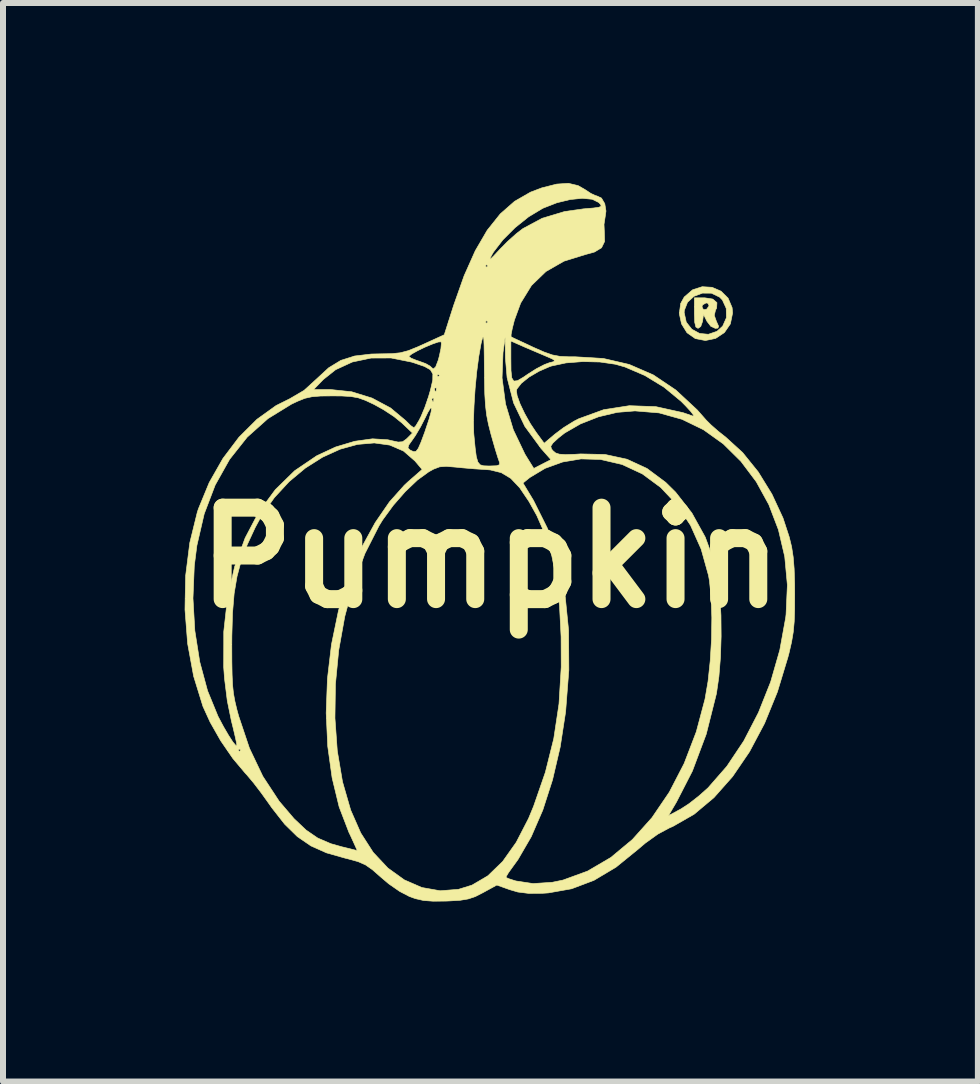
<source format=kicad_pcb>
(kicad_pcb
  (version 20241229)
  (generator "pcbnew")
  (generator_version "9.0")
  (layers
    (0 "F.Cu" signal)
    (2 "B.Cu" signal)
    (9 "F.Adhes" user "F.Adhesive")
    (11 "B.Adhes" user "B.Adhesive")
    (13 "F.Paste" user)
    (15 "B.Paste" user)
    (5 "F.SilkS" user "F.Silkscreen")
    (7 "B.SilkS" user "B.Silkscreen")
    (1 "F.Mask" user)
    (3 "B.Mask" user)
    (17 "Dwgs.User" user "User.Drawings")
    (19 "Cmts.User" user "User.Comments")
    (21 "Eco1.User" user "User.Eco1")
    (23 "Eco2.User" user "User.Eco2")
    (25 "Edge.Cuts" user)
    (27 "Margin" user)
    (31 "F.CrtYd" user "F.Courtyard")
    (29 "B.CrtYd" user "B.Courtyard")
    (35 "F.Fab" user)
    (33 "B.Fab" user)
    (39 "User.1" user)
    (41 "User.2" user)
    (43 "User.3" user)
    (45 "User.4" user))
  (footprint "Pumpkin"
    (layer "F.Cu")
    (at 5.124 6.245)
    (property "Reference" "Pumpkin" (at 0 0 0) (layer "F.SilkS") (effects (font (size 1.524 1.524) (thickness 0.3))))
    (attr through_hole)
    (fp_poly (pts (xy 3.705 -4.311) (xy 3.774 -4.251) (xy 3.769 -4.161) (xy 3.75 -4.125) (xy 3.73 -4.039) (xy 3.765 -3.94) (xy 3.802 -3.858) (xy 3.791 -3.827) (xy 3.746 -3.823) (xy 3.671 -3.858) (xy 3.608 -3.94) (xy 3.55 -4.056) (xy 3.535 -3.94) (xy 3.504 -3.853) (xy 3.459 -3.823) (xy 3.423 -3.845) (xy 3.404 -3.922) (xy 3.398 -4.068) (xy 3.398 -4.078) (xy 3.398 -4.18) (xy 3.525 -4.18) (xy 3.55 -4.134) (xy 3.601 -4.141) (xy 3.643 -4.197) (xy 3.625 -4.24) (xy 3.593 -4.247) (xy 3.534 -4.213) (xy 3.525 -4.18) (xy 3.398 -4.18) (xy 3.398 -4.332) (xy 3.569 -4.332) (xy 3.705 -4.311)) (stroke (width 0.01) (type solid)) (fill yes) (layer "F.SilkS"))
    (fp_poly (pts (xy 3.693 -4.507) (xy 3.843 -4.442) (xy 3.96 -4.326) (xy 4.027 -4.168) (xy 4.035 -4.078) (xy 3.998 -3.897) (xy 3.898 -3.752) (xy 3.753 -3.656) (xy 3.582 -3.62) (xy 3.414 -3.652) (xy 3.275 -3.75) (xy 3.184 -3.897) (xy 3.147 -4.068) (xy 3.149 -4.085) (xy 3.228 -4.085) (xy 3.263 -3.926) (xy 3.356 -3.808) (xy 3.485 -3.738) (xy 3.631 -3.724) (xy 3.774 -3.773) (xy 3.87 -3.86) (xy 3.932 -4) (xy 3.929 -4.156) (xy 3.865 -4.296) (xy 3.819 -4.343) (xy 3.682 -4.409) (xy 3.532 -4.41) (xy 3.392 -4.357) (xy 3.284 -4.258) (xy 3.231 -4.123) (xy 3.228 -4.085) (xy 3.149 -4.085) (xy 3.17 -4.238) (xy 3.229 -4.345) (xy 3.368 -4.465) (xy 3.529 -4.517) (xy 3.693 -4.507)) (stroke (width 0.01) (type solid)) (fill yes) (layer "F.SilkS"))
    (fp_poly (pts (xy 1.46 -6.202) (xy 1.572 -6.138) (xy 1.674 -6.071) (xy 1.754 -6.034) (xy 1.77 -6.031) (xy 1.85 -5.994) (xy 1.905 -5.9) (xy 1.925 -5.778) (xy 1.914 -5.699) (xy 1.892 -5.555) (xy 1.898 -5.421) (xy 1.902 -5.271) (xy 1.851 -5.166) (xy 1.734 -5.095) (xy 1.582 -5.053) (xy 1.224 -4.942) (xy 0.924 -4.77) (xy 0.684 -4.538) (xy 0.503 -4.244) (xy 0.399 -3.961) (xy 0.364 -3.823) (xy 0.344 -3.723) (xy 0.343 -3.683) (xy 0.387 -3.66) (xy 0.49 -3.612) (xy 0.634 -3.545) (xy 0.714 -3.507) (xy 0.894 -3.428) (xy 1.031 -3.38) (xy 1.158 -3.356) (xy 1.307 -3.349) (xy 1.412 -3.349) (xy 1.881 -3.321) (xy 2.313 -3.221) (xy 2.714 -3.047) (xy 3.089 -2.795) (xy 3.445 -2.464) (xy 3.595 -2.294) (xy 3.676 -2.213) (xy 3.797 -2.107) (xy 3.921 -2.009) (xy 4.202 -1.753) (xy 4.462 -1.431) (xy 4.69 -1.061) (xy 4.875 -0.662) (xy 4.979 -0.345) (xy 5.019 -0.181) (xy 5.045 -0.011) (xy 5.061 0.186) (xy 5.069 0.433) (xy 5.07 0.595) (xy 5.069 0.859) (xy 5.062 1.065) (xy 5.046 1.238) (xy 5.018 1.404) (xy 4.975 1.591) (xy 4.956 1.662) (xy 4.782 2.235) (xy 4.568 2.76) (xy 4.317 3.233) (xy 4.035 3.647) (xy 3.725 3.997) (xy 3.392 4.276) (xy 3.039 4.478) (xy 2.983 4.502) (xy 2.791 4.605) (xy 2.579 4.757) (xy 2.458 4.86) (xy 2.091 5.158) (xy 1.725 5.376) (xy 1.352 5.517) (xy 0.964 5.586) (xy 0.871 5.592) (xy 0.638 5.594) (xy 0.455 5.571) (xy 0.319 5.531) (xy 0.106 5.455) (xy -0.126 5.582) (xy -0.253 5.647) (xy -0.37 5.686) (xy -0.506 5.709) (xy -0.69 5.72) (xy -0.742 5.722) (xy -0.956 5.724) (xy -1.116 5.712) (xy -1.252 5.681) (xy -1.35 5.646) (xy -1.513 5.561) (xy -1.696 5.434) (xy -1.829 5.321) (xy -1.969 5.198) (xy -2.084 5.118) (xy -2.208 5.064) (xy -2.375 5.018) (xy -2.424 5.006) (xy -2.734 4.918) (xy -2.993 4.802) (xy -3.219 4.647) (xy -3.43 4.44) (xy -3.644 4.167) (xy -3.7 4.087) (xy -3.822 3.917) (xy -3.949 3.751) (xy -4.06 3.619) (xy -4.088 3.589) (xy -4.294 3.344) (xy -4.388 3.207) (xy -4.205 3.207) (xy -4.184 3.228) (xy -4.163 3.207) (xy -4.184 3.186) (xy -4.205 3.207) (xy -4.388 3.207) (xy -4.496 3.05) (xy -4.672 2.74) (xy -4.792 2.477) (xy -4.947 1.975) (xy -5.047 1.431) (xy -5.091 0.865) (xy -5.088 0.676) (xy -4.958 0.676) (xy -4.927 1.216) (xy -4.845 1.736) (xy -4.715 2.217) (xy -4.541 2.642) (xy -4.539 2.646) (xy -4.45 2.814) (xy -4.364 2.961) (xy -4.292 3.072) (xy -4.242 3.131) (xy -4.226 3.135) (xy -4.231 3.091) (xy -4.254 2.983) (xy -4.29 2.83) (xy -4.318 2.718) (xy -4.386 2.385) (xy -4.432 2.015) (xy -4.446 1.826) (xy -4.445 1.444) (xy -4.311 1.444) (xy -4.31 1.73) (xy -4.306 1.95) (xy -4.298 2.121) (xy -4.283 2.263) (xy -4.259 2.394) (xy -4.226 2.532) (xy -4.196 2.641) (xy -4.017 3.174) (xy -3.794 3.642) (xy -3.522 4.057) (xy -3.274 4.348) (xy -3.072 4.539) (xy -2.878 4.672) (xy -2.659 4.766) (xy -2.474 4.818) (xy -2.342 4.85) (xy -2.251 4.873) (xy -2.221 4.881) (xy -2.234 4.848) (xy -2.276 4.755) (xy -2.337 4.622) (xy -2.359 4.577) (xy -2.522 4.152) (xy -2.639 3.669) (xy -2.712 3.143) (xy -2.734 2.673) (xy -2.592 2.673) (xy -2.553 3.219) (xy -2.466 3.734) (xy -2.33 4.205) (xy -2.162 4.587) (xy -1.954 4.911) (xy -1.709 5.172) (xy -1.435 5.369) (xy -1.143 5.496) (xy -0.839 5.55) (xy -0.533 5.526) (xy -0.308 5.456) (xy -0.091 5.329) (xy 0.26 5.329) (xy 0.308 5.35) (xy 0.404 5.381) (xy 0.425 5.387) (xy 0.71 5.43) (xy 1.029 5.409) (xy 1.208 5.372) (xy 1.619 5.222) (xy 2.006 4.995) (xy 2.365 4.696) (xy 2.691 4.332) (xy 2.98 3.907) (xy 3.228 3.428) (xy 3.43 2.901) (xy 3.575 2.357) (xy 3.626 2.06) (xy 3.662 1.72) (xy 3.684 1.358) (xy 3.689 1) (xy 3.678 0.669) (xy 3.65 0.388) (xy 3.634 0.296) (xy 3.511 -0.144) (xy 3.334 -0.54) (xy 3.107 -0.884) (xy 2.837 -1.171) (xy 2.531 -1.397) (xy 2.194 -1.554) (xy 1.833 -1.638) (xy 1.509 -1.647) (xy 1.204 -1.596) (xy 0.911 -1.49) (xy 0.662 -1.341) (xy 0.642 -1.326) (xy 0.542 -1.245) (xy 0.717 -0.955) (xy 0.946 -0.497) (xy 1.121 0.02) (xy 1.24 0.592) (xy 1.302 1.211) (xy 1.306 1.873) (xy 1.252 2.57) (xy 1.162 3.154) (xy 1.034 3.702) (xy 0.872 4.205) (xy 0.679 4.65) (xy 0.459 5.029) (xy 0.37 5.152) (xy 0.3 5.249) (xy 0.262 5.314) (xy 0.26 5.329) (xy -0.091 5.329) (xy -0.043 5.3) (xy 0.203 5.062) (xy 0.429 4.743) (xy 0.635 4.344) (xy 0.719 4.141) (xy 0.915 3.575) (xy 1.055 3.014) (xy 1.142 2.436) (xy 1.179 1.821) (xy 1.177 1.319) (xy 1.151 0.807) (xy 1.101 0.363) (xy 1.023 -0.027) (xy 0.915 -0.377) (xy 0.772 -0.703) (xy 0.641 -0.938) (xy 0.487 -1.166) (xy 0.338 -1.323) (xy 0.18 -1.418) (xy -0.002 -1.463) (xy -0.073 -1.469) (xy -0.262 -1.481) (xy -0.473 -1.499) (xy -0.581 -1.51) (xy -0.738 -1.523) (xy -0.847 -1.515) (xy -0.947 -1.477) (xy -1.027 -1.433) (xy -1.216 -1.296) (xy -1.42 -1.102) (xy -1.62 -0.873) (xy -1.798 -0.629) (xy -1.858 -0.531) (xy -2.092 -0.07) (xy -2.282 0.437) (xy -2.428 0.978) (xy -2.529 1.54) (xy -2.584 2.109) (xy -2.592 2.673) (xy -2.734 2.673) (xy -2.738 2.588) (xy -2.717 2.017) (xy -2.65 1.447) (xy -2.535 0.891) (xy -2.485 0.707) (xy -2.33 0.248) (xy -2.139 -0.187) (xy -1.921 -0.585) (xy -1.684 -0.93) (xy -1.436 -1.208) (xy -1.376 -1.264) (xy -1.139 -1.471) (xy -1.258 -1.612) (xy -1.449 -1.778) (xy -1.568 -1.83) (xy -1.375 -1.83) (xy -1.342 -1.797) (xy -1.328 -1.789) (xy -1.279 -1.767) (xy -1.24 -1.774) (xy -1.203 -1.822) (xy -1.158 -1.925) (xy -1.095 -2.094) (xy -1.088 -2.116) (xy -1.032 -2.283) (xy -0.283 -2.283) (xy -0.279 -2.081) (xy -0.276 -2.044) (xy -0.255 -1.828) (xy -0.236 -1.683) (xy -0.21 -1.595) (xy -0.172 -1.549) (xy -0.114 -1.532) (xy -0.029 -1.529) (xy -0.013 -1.529) (xy 0.103 -1.533) (xy 0.152 -1.551) (xy 0.151 -1.591) (xy 0.146 -1.603) (xy 0.121 -1.676) (xy 0.08 -1.808) (xy 0.032 -1.975) (xy 0.008 -2.06) (xy -0.034 -2.225) (xy -0.064 -2.377) (xy -0.083 -2.538) (xy -0.095 -2.73) (xy -0.1 -2.973) (xy -0.1 -2.998) (xy 0.193 -2.998) (xy 0.251 -2.563) (xy 0.38 -2.134) (xy 0.574 -1.727) (xy 0.623 -1.647) (xy 0.722 -1.488) (xy 0.865 -1.562) (xy 1.008 -1.635) (xy 0.839 -1.826) (xy 0.816 -1.858) (xy 1.005 -1.858) (xy 1.017 -1.813) (xy 1.043 -1.782) (xy 1.086 -1.746) (xy 1.148 -1.726) (xy 1.249 -1.719) (xy 1.407 -1.724) (xy 1.502 -1.73) (xy 1.909 -1.721) (xy 2.274 -1.642) (xy 2.608 -1.488) (xy 2.92 -1.256) (xy 3.086 -1.092) (xy 3.357 -0.745) (xy 3.579 -0.344) (xy 3.74 0.092) (xy 3.747 0.115) (xy 3.792 0.341) (xy 3.823 0.631) (xy 3.841 0.96) (xy 3.844 1.309) (xy 3.833 1.656) (xy 3.807 1.979) (xy 3.767 2.256) (xy 3.765 2.267) (xy 3.596 2.939) (xy 3.365 3.555) (xy 3.1 4.071) (xy 2.966 4.299) (xy 3.175 4.186) (xy 3.31 4.098) (xy 3.47 3.973) (xy 3.621 3.839) (xy 3.629 3.831) (xy 3.939 3.476) (xy 4.221 3.054) (xy 4.466 2.58) (xy 4.669 2.07) (xy 4.822 1.537) (xy 4.92 0.998) (xy 4.926 0.945) (xy 4.948 0.455) (xy 4.904 -0.018) (xy 4.799 -0.466) (xy 4.639 -0.885) (xy 4.429 -1.267) (xy 4.174 -1.606) (xy 3.88 -1.897) (xy 3.55 -2.133) (xy 3.192 -2.307) (xy 2.809 -2.414) (xy 2.408 -2.447) (xy 2.113 -2.423) (xy 1.801 -2.349) (xy 1.499 -2.23) (xy 1.237 -2.079) (xy 1.133 -1.997) (xy 1.041 -1.912) (xy 1.005 -1.858) (xy 0.816 -1.858) (xy 0.573 -2.189) (xy 0.385 -2.581) (xy 0.332 -2.788) (xy 0.432 -2.788) (xy 0.444 -2.701) (xy 0.493 -2.565) (xy 0.57 -2.403) (xy 0.665 -2.234) (xy 0.761 -2.09) (xy 0.895 -1.908) (xy 1.073 -2.059) (xy 1.22 -2.169) (xy 1.393 -2.276) (xy 1.471 -2.316) (xy 1.886 -2.467) (xy 2.315 -2.534) (xy 2.756 -2.518) (xy 3.208 -2.418) (xy 3.377 -2.36) (xy 3.386 -2.373) (xy 3.342 -2.433) (xy 3.253 -2.53) (xy 3.178 -2.606) (xy 2.894 -2.841) (xy 2.573 -3.037) (xy 2.242 -3.179) (xy 2.081 -3.225) (xy 1.824 -3.262) (xy 1.538 -3.269) (xy 1.258 -3.247) (xy 1.02 -3.196) (xy 0.988 -3.186) (xy 0.807 -3.107) (xy 0.642 -3.01) (xy 0.514 -2.907) (xy 0.441 -2.813) (xy 0.432 -2.788) (xy 0.332 -2.788) (xy 0.277 -3.002) (xy 0.25 -3.317) (xy 0.34 -3.317) (xy 0.342 -3.119) (xy 0.355 -2.997) (xy 0.389 -2.944) (xy 0.451 -2.951) (xy 0.551 -3.01) (xy 0.622 -3.059) (xy 0.764 -3.149) (xy 0.899 -3.219) (xy 0.985 -3.251) (xy 1.054 -3.268) (xy 1.071 -3.286) (xy 1.027 -3.315) (xy 0.914 -3.364) (xy 0.886 -3.376) (xy 0.726 -3.444) (xy 0.569 -3.511) (xy 0.499 -3.542) (xy 0.34 -3.612) (xy 0.34 -3.317) (xy 0.25 -3.317) (xy 0.249 -3.328) (xy 0.244 -3.674) (xy 0.209 -3.419) (xy 0.193 -2.998) (xy -0.1 -2.998) (xy -0.102 -3.117) (xy -0.104 -3.366) (xy -0.107 -3.538) (xy -0.111 -3.64) (xy -0.119 -3.681) (xy -0.131 -3.668) (xy -0.147 -3.609) (xy -0.158 -3.563) (xy -0.195 -3.355) (xy -0.229 -3.098) (xy -0.256 -2.817) (xy -0.274 -2.537) (xy -0.283 -2.283) (xy -1.032 -2.283) (xy -1.026 -2.3) (xy -0.99 -2.428) (xy -0.981 -2.495) (xy -0.999 -2.496) (xy -1.043 -2.424) (xy -1.086 -2.336) (xy -1.165 -2.182) (xy -1.251 -2.036) (xy -1.299 -1.967) (xy -1.362 -1.878) (xy -1.375 -1.83) (xy -1.568 -1.83) (xy -1.678 -1.877) (xy -1.936 -1.913) (xy -2.215 -1.889) (xy -2.505 -1.809) (xy -2.798 -1.676) (xy -3.084 -1.495) (xy -3.355 -1.269) (xy -3.602 -1.002) (xy -3.816 -0.697) (xy -3.921 -0.504) (xy -4.053 -0.219) (xy -4.153 0.046) (xy -4.224 0.312) (xy -4.272 0.597) (xy -4.299 0.922) (xy -4.31 1.304) (xy -4.311 1.444) (xy -4.445 1.444) (xy -4.445 1.233) (xy -4.383 0.673) (xy -4.264 0.15) (xy -4.089 -0.329) (xy -3.863 -0.759) (xy -3.586 -1.134) (xy -3.263 -1.45) (xy -2.896 -1.699) (xy -2.582 -1.845) (xy -2.262 -1.941) (xy -1.966 -1.982) (xy -1.71 -1.966) (xy -1.659 -1.954) (xy -1.539 -1.928) (xy -1.465 -1.933) (xy -1.404 -1.976) (xy -1.387 -1.992) (xy -1.3 -2.079) (xy -1.476 -2.246) (xy -1.608 -2.353) (xy -1.78 -2.466) (xy -1.94 -2.555) (xy -2.085 -2.623) (xy -2.203 -2.665) (xy -2.325 -2.687) (xy -2.479 -2.696) (xy -2.634 -2.697) (xy -2.833 -2.695) (xy -2.976 -2.683) (xy -3.093 -2.657) (xy -3.212 -2.609) (xy -3.314 -2.561) (xy -3.708 -2.319) (xy -4.054 -2.01) (xy -4.348 -1.639) (xy -4.588 -1.211) (xy -4.771 -0.731) (xy -4.893 -0.203) (xy -4.936 0.134) (xy -4.958 0.676) (xy -5.088 0.676) (xy -5.08 0.298) (xy -5.011 -0.25) (xy -4.886 -0.758) (xy -4.867 -0.816) (xy -4.687 -1.253) (xy -4.459 -1.654) (xy -4.192 -2.008) (xy -3.893 -2.306) (xy -3.573 -2.536) (xy -3.346 -2.649) (xy -3.107 -2.789) (xy -3.091 -2.803) (xy -2.948 -2.803) (xy -2.662 -2.803) (xy -2.313 -2.766) (xy -1.974 -2.661) (xy -1.665 -2.496) (xy -1.409 -2.282) (xy -1.405 -2.277) (xy -1.33 -2.203) (xy -1.279 -2.167) (xy -1.275 -2.166) (xy -1.243 -2.201) (xy -1.19 -2.29) (xy -1.157 -2.355) (xy -1.095 -2.503) (xy -1.05 -2.633) (xy -0.977 -2.633) (xy -0.961 -2.598) (xy -0.949 -2.605) (xy -0.944 -2.656) (xy -0.949 -2.662) (xy -0.974 -2.656) (xy -0.977 -2.633) (xy -1.05 -2.633) (xy -1.032 -2.686) (xy -0.998 -2.803) (xy -0.934 -2.803) (xy -0.919 -2.768) (xy -0.906 -2.775) (xy -0.901 -2.825) (xy -0.906 -2.832) (xy -0.931 -2.826) (xy -0.934 -2.803) (xy -0.998 -2.803) (xy -0.997 -2.809) (xy -0.962 -2.96) (xy -0.961 -3.037) (xy -0.892 -3.037) (xy -0.871 -3.016) (xy -0.849 -3.037) (xy -0.871 -3.058) (xy -0.892 -3.037) (xy -0.961 -3.037) (xy -0.96 -3.062) (xy -1.002 -3.133) (xy -1.1 -3.188) (xy -1.266 -3.245) (xy -1.317 -3.261) (xy -1.656 -3.329) (xy -1.989 -3.328) (xy -2.302 -3.262) (xy -2.58 -3.134) (xy -2.785 -2.971) (xy -2.948 -2.803) (xy -3.091 -2.803) (xy -2.894 -2.983) (xy -2.697 -3.165) (xy -2.494 -3.289) (xy -2.289 -3.354) (xy -1.359 -3.354) (xy -1.323 -3.326) (xy -1.231 -3.289) (xy -1.191 -3.276) (xy -1.079 -3.235) (xy -1.007 -3.194) (xy -0.997 -3.184) (xy -0.954 -3.146) (xy -0.914 -3.179) (xy -0.871 -3.291) (xy -0.853 -3.358) (xy -0.826 -3.484) (xy -0.818 -3.574) (xy -0.824 -3.599) (xy -0.872 -3.595) (xy -0.969 -3.561) (xy -1.091 -3.51) (xy -1.213 -3.451) (xy -1.31 -3.397) (xy -1.358 -3.359) (xy -1.359 -3.354) (xy -2.289 -3.354) (xy -2.264 -3.362) (xy -1.986 -3.395) (xy -1.835 -3.398) (xy -1.645 -3.401) (xy -1.502 -3.416) (xy -1.37 -3.451) (xy -1.216 -3.513) (xy -1.118 -3.557) (xy -0.77 -3.716) (xy -0.702 -3.929) (xy -0.085 -3.929) (xy -0.064 -3.908) (xy -0.042 -3.929) (xy -0.064 -3.95) (xy -0.085 -3.929) (xy -0.702 -3.929) (xy -0.614 -4.205) (xy -0.439 -4.7) (xy -0.366 -4.863) (xy -0.085 -4.863) (xy -0.064 -4.842) (xy -0.042 -4.863) (xy -0.064 -4.885) (xy -0.085 -4.863) (xy -0.366 -4.863) (xy -0.311 -4.987) (xy -0.009 -4.987) (xy -0.003 -4.976) (xy 0.047 -5.023) (xy 0.147 -5.13) (xy 0.147 -5.131) (xy 0.283 -5.269) (xy 0.432 -5.402) (xy 0.54 -5.485) (xy 0.861 -5.657) (xy 1.236 -5.77) (xy 1.548 -5.814) (xy 1.714 -5.828) (xy 1.808 -5.841) (xy 1.845 -5.859) (xy 1.835 -5.887) (xy 1.805 -5.92) (xy 1.696 -5.974) (xy 1.531 -5.99) (xy 1.329 -5.97) (xy 1.107 -5.916) (xy 0.884 -5.829) (xy 0.86 -5.817) (xy 0.636 -5.682) (xy 0.41 -5.501) (xy 0.206 -5.297) (xy 0.05 -5.094) (xy 0.025 -5.051) (xy -0.009 -4.987) (xy -0.311 -4.987) (xy -0.254 -5.115) (xy -0.055 -5.457) (xy 0.163 -5.73) (xy 0.402 -5.94) (xy 0.668 -6.093) (xy 0.855 -6.164) (xy 1.103 -6.227) (xy 1.299 -6.24) (xy 1.46 -6.202)) (stroke (width 0.01) (type solid)) (fill yes) (layer "F.SilkS")))
  (gr_rect
    (start -3 -3)
    (end 13.247 14.974)
    (stroke (width 0.1) (type default))
    (fill no)
    (layer "Edge.Cuts")))
</source>
